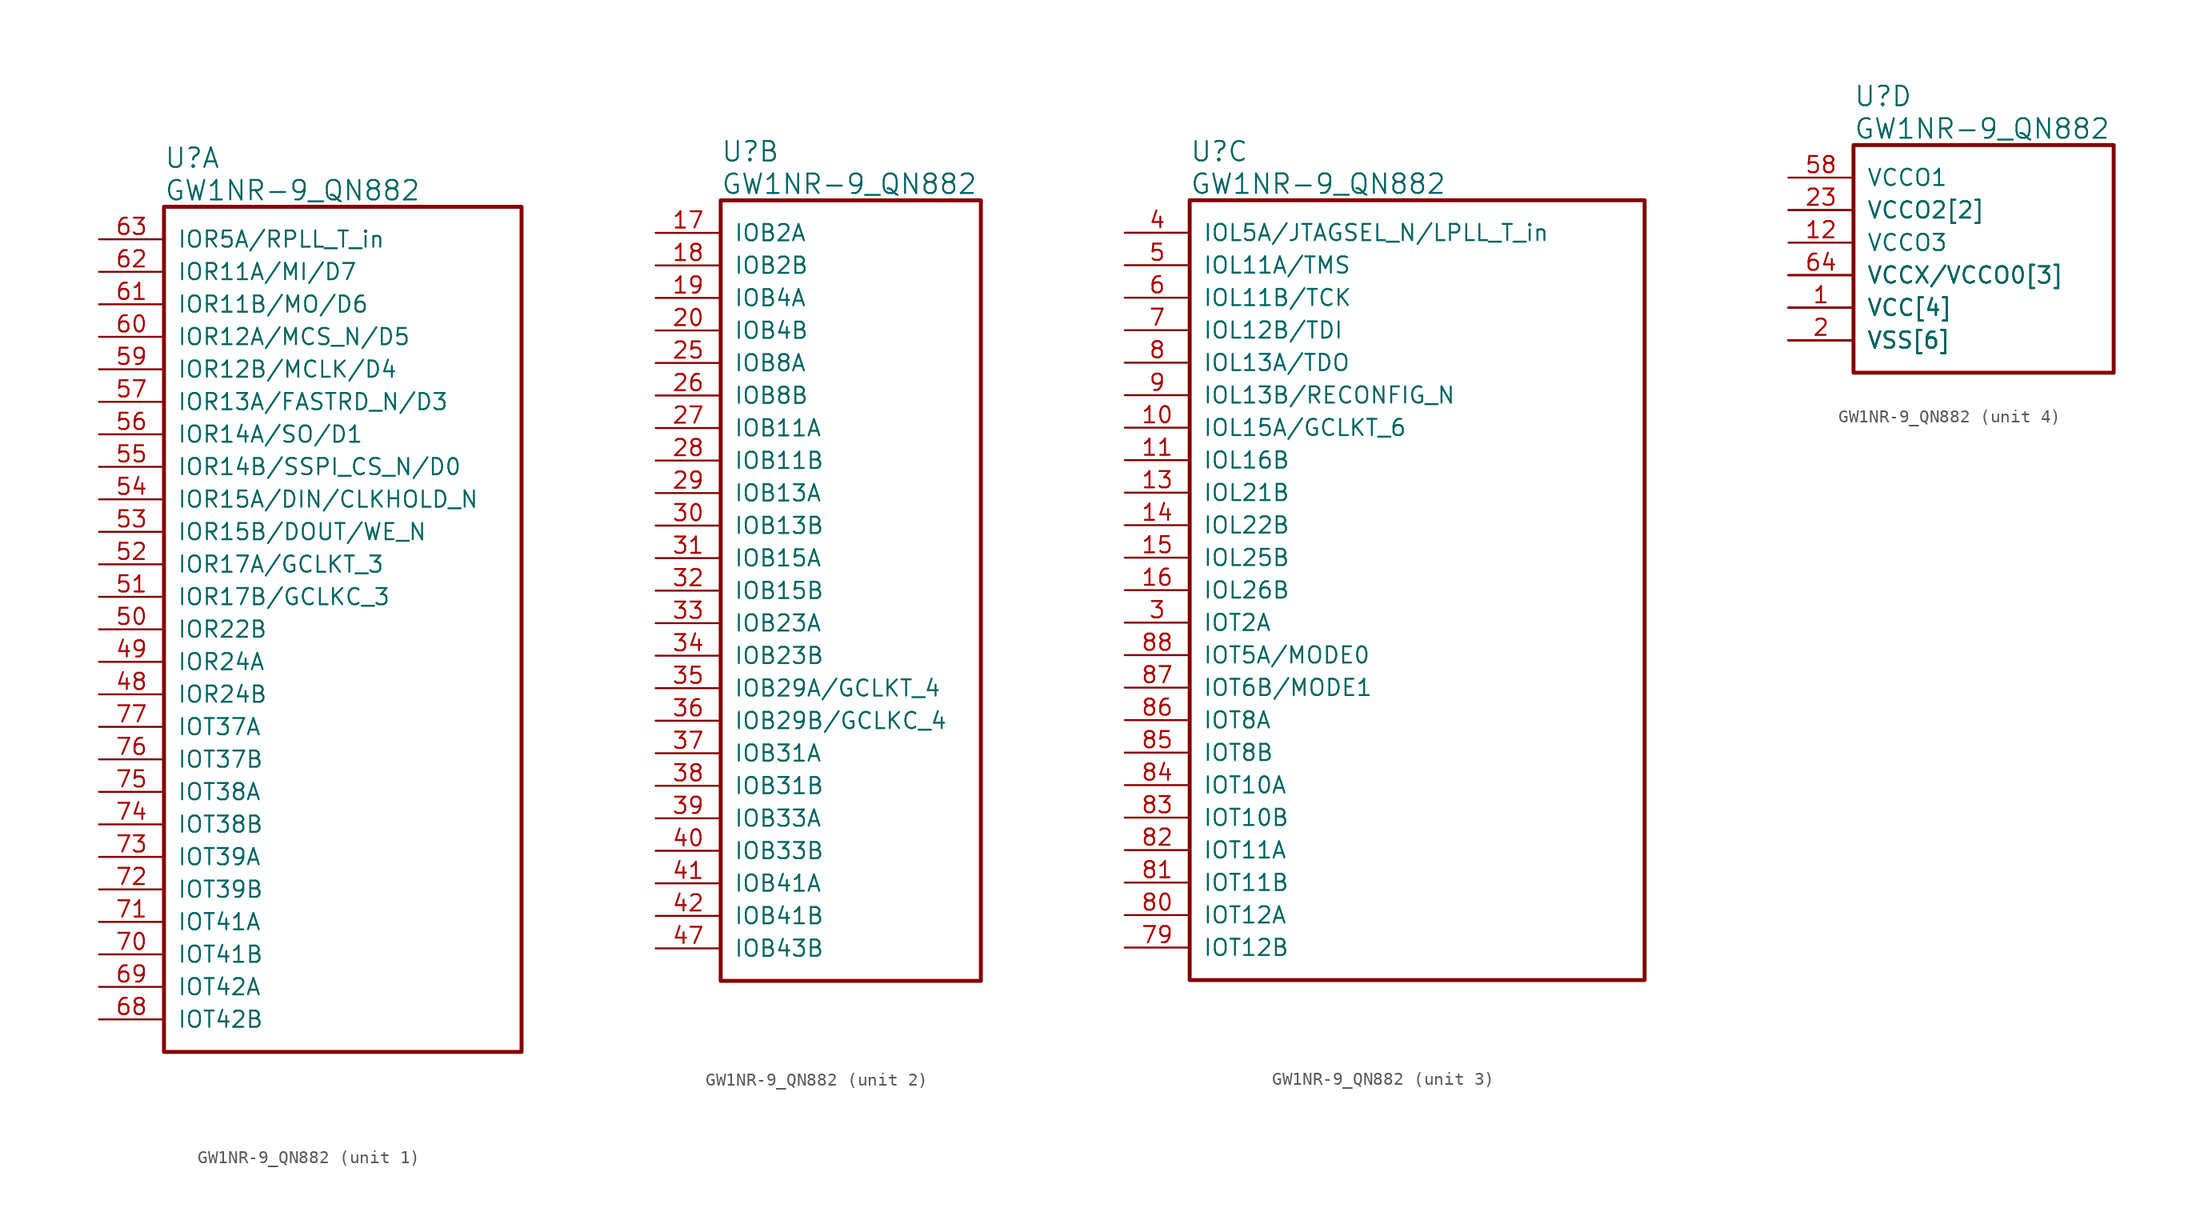
<source format=kicad_sym>
(kicad_symbol_lib
  (version 20220914)
  (generator kicad_symbol_editor)
  (symbol "GW1NR-9_QN882"
    (pin_names
      (offset 1.016))
    (property "Reference" "U"
      (at 5.08 6.35 0)
      (effects (font (size 1.524 1.524)) (justify left)))
    (property "Value" "GW1NR-9_QN882"
      (at 5.08 3.81 0)
      (effects (font (size 1.524 1.524)) (justify left)))
    (property "ki_locked" ""
      (at 0 0 0)
      (effects (font (size 1.27 1.27))))
    (symbol "GW1NR-9_QN882_1_1"
      (rectangle (start 5.08 2.54) (end 33.02 -63.5) (stroke (width 0.305) (type solid)) (fill (type none)))
      (pin bidirectional line (at 0 -35.56 0) (length 5.08) (name "IOR24B" (effects (font (size 1.27 1.27)))) (number "48" (effects (font (size 1.27 1.27)))))
      (pin bidirectional line (at 0 -33.02 0) (length 5.08) (name "IOR24A" (effects (font (size 1.27 1.27)))) (number "49" (effects (font (size 1.27 1.27)))))
      (pin bidirectional line (at 0 -30.48 0) (length 5.08) (name "IOR22B" (effects (font (size 1.27 1.27)))) (number "50" (effects (font (size 1.27 1.27)))))
      (pin bidirectional line (at 0 -27.94 0) (length 5.08) (name "IOR17B/GCLKC_3" (effects (font (size 1.27 1.27)))) (number "51" (effects (font (size 1.27 1.27)))))
      (pin bidirectional line (at 0 -25.4 0) (length 5.08) (name "IOR17A/GCLKT_3" (effects (font (size 1.27 1.27)))) (number "52" (effects (font (size 1.27 1.27)))))
      (pin bidirectional line (at 0 -22.86 0) (length 5.08) (name "IOR15B/DOUT/WE_N" (effects (font (size 1.27 1.27)))) (number "53" (effects (font (size 1.27 1.27)))))
      (pin bidirectional line (at 0 -20.32 0) (length 5.08) (name "IOR15A/DIN/CLKHOLD_N" (effects (font (size 1.27 1.27)))) (number "54" (effects (font (size 1.27 1.27)))))
      (pin bidirectional line (at 0 -17.78 0) (length 5.08) (name "IOR14B/SSPI_CS_N/D0" (effects (font (size 1.27 1.27)))) (number "55" (effects (font (size 1.27 1.27)))))
      (pin bidirectional line (at 0 -15.24 0) (length 5.08) (name "IOR14A/SO/D1" (effects (font (size 1.27 1.27)))) (number "56" (effects (font (size 1.27 1.27)))))
      (pin bidirectional line (at 0 -12.7 0) (length 5.08) (name "IOR13A/FASTRD_N/D3" (effects (font (size 1.27 1.27)))) (number "57" (effects (font (size 1.27 1.27)))))
      (pin bidirectional line (at 0 -10.16 0) (length 5.08) (name "IOR12B/MCLK/D4" (effects (font (size 1.27 1.27)))) (number "59" (effects (font (size 1.27 1.27)))))
      (pin bidirectional line (at 0 -7.62 0) (length 5.08) (name "IOR12A/MCS_N/D5" (effects (font (size 1.27 1.27)))) (number "60" (effects (font (size 1.27 1.27)))))
      (pin bidirectional line (at 0 -5.08 0) (length 5.08) (name "IOR11B/MO/D6" (effects (font (size 1.27 1.27)))) (number "61" (effects (font (size 1.27 1.27)))))
      (pin bidirectional line (at 0 -2.54 0) (length 5.08) (name "IOR11A/MI/D7" (effects (font (size 1.27 1.27)))) (number "62" (effects (font (size 1.27 1.27)))))
      (pin bidirectional line (at 0 0 0) (length 5.08) (name "IOR5A/RPLL_T_in" (effects (font (size 1.27 1.27)))) (number "63" (effects (font (size 1.27 1.27)))))
      (pin bidirectional line (at 0 -60.96 0) (length 5.08) (name "IOT42B" (effects (font (size 1.27 1.27)))) (number "68" (effects (font (size 1.27 1.27)))))
      (pin bidirectional line (at 0 -58.42 0) (length 5.08) (name "IOT42A" (effects (font (size 1.27 1.27)))) (number "69" (effects (font (size 1.27 1.27)))))
      (pin bidirectional line (at 0 -55.88 0) (length 5.08) (name "IOT41B" (effects (font (size 1.27 1.27)))) (number "70" (effects (font (size 1.27 1.27)))))
      (pin bidirectional line (at 0 -53.34 0) (length 5.08) (name "IOT41A" (effects (font (size 1.27 1.27)))) (number "71" (effects (font (size 1.27 1.27)))))
      (pin bidirectional line (at 0 -50.8 0) (length 5.08) (name "IOT39B" (effects (font (size 1.27 1.27)))) (number "72" (effects (font (size 1.27 1.27)))))
      (pin bidirectional line (at 0 -48.26 0) (length 5.08) (name "IOT39A" (effects (font (size 1.27 1.27)))) (number "73" (effects (font (size 1.27 1.27)))))
      (pin bidirectional line (at 0 -45.72 0) (length 5.08) (name "IOT38B" (effects (font (size 1.27 1.27)))) (number "74" (effects (font (size 1.27 1.27)))))
      (pin bidirectional line (at 0 -43.18 0) (length 5.08) (name "IOT38A" (effects (font (size 1.27 1.27)))) (number "75" (effects (font (size 1.27 1.27)))))
      (pin bidirectional line (at 0 -40.64 0) (length 5.08) (name "IOT37B" (effects (font (size 1.27 1.27)))) (number "76" (effects (font (size 1.27 1.27)))))
      (pin bidirectional line (at 0 -38.1 0) (length 5.08) (name "IOT37A" (effects (font (size 1.27 1.27)))) (number "77" (effects (font (size 1.27 1.27))))))
    (symbol "GW1NR-9_QN882_2_1"
      (rectangle (start 5.08 2.54) (end 25.4 -58.42) (stroke (width 0.305) (type solid)) (fill (type none)))
      (pin bidirectional line (at 0 0 0) (length 5.08) (name "IOB2A" (effects (font (size 1.27 1.27)))) (number "17" (effects (font (size 1.27 1.27)))))
      (pin bidirectional line (at 0 -2.54 0) (length 5.08) (name "IOB2B" (effects (font (size 1.27 1.27)))) (number "18" (effects (font (size 1.27 1.27)))))
      (pin bidirectional line (at 0 -5.08 0) (length 5.08) (name "IOB4A" (effects (font (size 1.27 1.27)))) (number "19" (effects (font (size 1.27 1.27)))))
      (pin bidirectional line (at 0 -7.62 0) (length 5.08) (name "IOB4B" (effects (font (size 1.27 1.27)))) (number "20" (effects (font (size 1.27 1.27)))))
      (pin bidirectional line (at 0 -10.16 0) (length 5.08) (name "IOB8A" (effects (font (size 1.27 1.27)))) (number "25" (effects (font (size 1.27 1.27)))))
      (pin bidirectional line (at 0 -12.7 0) (length 5.08) (name "IOB8B" (effects (font (size 1.27 1.27)))) (number "26" (effects (font (size 1.27 1.27)))))
      (pin bidirectional line (at 0 -15.24 0) (length 5.08) (name "IOB11A" (effects (font (size 1.27 1.27)))) (number "27" (effects (font (size 1.27 1.27)))))
      (pin bidirectional line (at 0 -17.78 0) (length 5.08) (name "IOB11B" (effects (font (size 1.27 1.27)))) (number "28" (effects (font (size 1.27 1.27)))))
      (pin bidirectional line (at 0 -20.32 0) (length 5.08) (name "IOB13A" (effects (font (size 1.27 1.27)))) (number "29" (effects (font (size 1.27 1.27)))))
      (pin bidirectional line (at 0 -22.86 0) (length 5.08) (name "IOB13B" (effects (font (size 1.27 1.27)))) (number "30" (effects (font (size 1.27 1.27)))))
      (pin bidirectional line (at 0 -25.4 0) (length 5.08) (name "IOB15A" (effects (font (size 1.27 1.27)))) (number "31" (effects (font (size 1.27 1.27)))))
      (pin bidirectional line (at 0 -27.94 0) (length 5.08) (name "IOB15B" (effects (font (size 1.27 1.27)))) (number "32" (effects (font (size 1.27 1.27)))))
      (pin bidirectional line (at 0 -30.48 0) (length 5.08) (name "IOB23A" (effects (font (size 1.27 1.27)))) (number "33" (effects (font (size 1.27 1.27)))))
      (pin bidirectional line (at 0 -33.02 0) (length 5.08) (name "IOB23B" (effects (font (size 1.27 1.27)))) (number "34" (effects (font (size 1.27 1.27)))))
      (pin bidirectional line (at 0 -35.56 0) (length 5.08) (name "IOB29A/GCLKT_4" (effects (font (size 1.27 1.27)))) (number "35" (effects (font (size 1.27 1.27)))))
      (pin bidirectional line (at 0 -38.1 0) (length 5.08) (name "IOB29B/GCLKC_4" (effects (font (size 1.27 1.27)))) (number "36" (effects (font (size 1.27 1.27)))))
      (pin bidirectional line (at 0 -40.64 0) (length 5.08) (name "IOB31A" (effects (font (size 1.27 1.27)))) (number "37" (effects (font (size 1.27 1.27)))))
      (pin bidirectional line (at 0 -43.18 0) (length 5.08) (name "IOB31B" (effects (font (size 1.27 1.27)))) (number "38" (effects (font (size 1.27 1.27)))))
      (pin bidirectional line (at 0 -45.72 0) (length 5.08) (name "IOB33A" (effects (font (size 1.27 1.27)))) (number "39" (effects (font (size 1.27 1.27)))))
      (pin bidirectional line (at 0 -48.26 0) (length 5.08) (name "IOB33B" (effects (font (size 1.27 1.27)))) (number "40" (effects (font (size 1.27 1.27)))))
      (pin bidirectional line (at 0 -50.8 0) (length 5.08) (name "IOB41A" (effects (font (size 1.27 1.27)))) (number "41" (effects (font (size 1.27 1.27)))))
      (pin bidirectional line (at 0 -53.34 0) (length 5.08) (name "IOB41B" (effects (font (size 1.27 1.27)))) (number "42" (effects (font (size 1.27 1.27)))))
      (pin bidirectional line (at 0 -55.88 0) (length 5.08) (name "IOB43B" (effects (font (size 1.27 1.27)))) (number "47" (effects (font (size 1.27 1.27))))))
    (symbol "GW1NR-9_QN882_3_1"
      (rectangle (start 5.08 2.54) (end 40.64 -58.42) (stroke (width 0.305) (type solid)) (fill (type none)))
      (pin bidirectional line (at 0 -15.24 0) (length 5.08) (name "IOL15A/GCLKT_6" (effects (font (size 1.27 1.27)))) (number "10" (effects (font (size 1.27 1.27)))))
      (pin bidirectional line (at 0 -17.78 0) (length 5.08) (name "IOL16B" (effects (font (size 1.27 1.27)))) (number "11" (effects (font (size 1.27 1.27)))))
      (pin bidirectional line (at 0 -20.32 0) (length 5.08) (name "IOL21B" (effects (font (size 1.27 1.27)))) (number "13" (effects (font (size 1.27 1.27)))))
      (pin bidirectional line (at 0 -22.86 0) (length 5.08) (name "IOL22B" (effects (font (size 1.27 1.27)))) (number "14" (effects (font (size 1.27 1.27)))))
      (pin bidirectional line (at 0 -25.4 0) (length 5.08) (name "IOL25B" (effects (font (size 1.27 1.27)))) (number "15" (effects (font (size 1.27 1.27)))))
      (pin bidirectional line (at 0 -27.94 0) (length 5.08) (name "IOL26B" (effects (font (size 1.27 1.27)))) (number "16" (effects (font (size 1.27 1.27)))))
      (pin bidirectional line (at 0 -30.48 0) (length 5.08) (name "IOT2A" (effects (font (size 1.27 1.27)))) (number "3" (effects (font (size 1.27 1.27)))))
      (pin bidirectional line (at 0 0 0) (length 5.08) (name "IOL5A/JTAGSEL_N/LPLL_T_in" (effects (font (size 1.27 1.27)))) (number "4" (effects (font (size 1.27 1.27)))))
      (pin bidirectional line (at 0 -2.54 0) (length 5.08) (name "IOL11A/TMS" (effects (font (size 1.27 1.27)))) (number "5" (effects (font (size 1.27 1.27)))))
      (pin bidirectional line (at 0 -5.08 0) (length 5.08) (name "IOL11B/TCK" (effects (font (size 1.27 1.27)))) (number "6" (effects (font (size 1.27 1.27)))))
      (pin bidirectional line (at 0 -7.62 0) (length 5.08) (name "IOL12B/TDI" (effects (font (size 1.27 1.27)))) (number "7" (effects (font (size 1.27 1.27)))))
      (pin bidirectional line (at 0 -55.88 0) (length 5.08) (name "IOT12B" (effects (font (size 1.27 1.27)))) (number "79" (effects (font (size 1.27 1.27)))))
      (pin bidirectional line (at 0 -10.16 0) (length 5.08) (name "IOL13A/TDO" (effects (font (size 1.27 1.27)))) (number "8" (effects (font (size 1.27 1.27)))))
      (pin bidirectional line (at 0 -53.34 0) (length 5.08) (name "IOT12A" (effects (font (size 1.27 1.27)))) (number "80" (effects (font (size 1.27 1.27)))))
      (pin bidirectional line (at 0 -50.8 0) (length 5.08) (name "IOT11B" (effects (font (size 1.27 1.27)))) (number "81" (effects (font (size 1.27 1.27)))))
      (pin bidirectional line (at 0 -48.26 0) (length 5.08) (name "IOT11A" (effects (font (size 1.27 1.27)))) (number "82" (effects (font (size 1.27 1.27)))))
      (pin bidirectional line (at 0 -45.72 0) (length 5.08) (name "IOT10B" (effects (font (size 1.27 1.27)))) (number "83" (effects (font (size 1.27 1.27)))))
      (pin bidirectional line (at 0 -43.18 0) (length 5.08) (name "IOT10A" (effects (font (size 1.27 1.27)))) (number "84" (effects (font (size 1.27 1.27)))))
      (pin bidirectional line (at 0 -40.64 0) (length 5.08) (name "IOT8B" (effects (font (size 1.27 1.27)))) (number "85" (effects (font (size 1.27 1.27)))))
      (pin bidirectional line (at 0 -38.1 0) (length 5.08) (name "IOT8A" (effects (font (size 1.27 1.27)))) (number "86" (effects (font (size 1.27 1.27)))))
      (pin bidirectional line (at 0 -35.56 0) (length 5.08) (name "IOT6B/MODE1" (effects (font (size 1.27 1.27)))) (number "87" (effects (font (size 1.27 1.27)))))
      (pin bidirectional line (at 0 -33.02 0) (length 5.08) (name "IOT5A/MODE0" (effects (font (size 1.27 1.27)))) (number "88" (effects (font (size 1.27 1.27)))))
      (pin bidirectional line (at 0 -12.7 0) (length 5.08) (name "IOL13B/RECONFIG_N" (effects (font (size 1.27 1.27)))) (number "9" (effects (font (size 1.27 1.27))))))
    (symbol "GW1NR-9_QN882_4_1"
      (rectangle (start 5.08 2.54) (end 25.4 -15.24) (stroke (width 0.305) (type solid)) (fill (type none)))
      (pin power_in line (at 0 -10.16 0) (length 5.08) (name "VCC[4]" (effects (font (size 1.27 1.27)))) (number "1" (effects (font (size 1.27 1.27)))))
      (pin power_in line (at 0 -5.08 0) (length 5.08) (name "VCCO3" (effects (font (size 1.27 1.27)))) (number "12" (effects (font (size 1.27 1.27)))))
      (pin power_in line (at 0 -12.7 0) (length 5.08) (name "VSS[6]" (effects (font (size 1.27 1.27)))) (number "2" (effects (font (size 1.27 1.27)))))
      (pin power_in line (at 0 -12.7 0) (length 5.08) (name "VSS[6]" (effects (font (size 1.27 1.27)))) (number "21" (effects (font (size 0 0)))))
      (pin power_in line (at 0 -10.16 0) (length 5.08) (name "VCC[4]" (effects (font (size 1.27 1.27)))) (number "22" (effects (font (size 0 0)))))
      (pin power_in line (at 0 -2.54 0) (length 5.08) (name "VCCO2[2]" (effects (font (size 1.27 1.27)))) (number "23" (effects (font (size 1.27 1.27)))))
      (pin power_in line (at 0 -12.7 0) (length 5.08) (name "VSS[6]" (effects (font (size 1.27 1.27)))) (number "24" (effects (font (size 0 0)))))
      (pin power_in line (at 0 -12.7 0) (length 5.08) (name "VSS[6]" (effects (font (size 1.27 1.27)))) (number "43" (effects (font (size 0 0)))))
      (pin power_in line (at 0 -2.54 0) (length 5.08) (name "VCCO2[2]" (effects (font (size 1.27 1.27)))) (number "44" (effects (font (size 0 0)))))
      (pin power_in line (at 0 -10.16 0) (length 5.08) (name "VCC[4]" (effects (font (size 1.27 1.27)))) (number "45" (effects (font (size 0 0)))))
      (pin power_in line (at 0 -12.7 0) (length 5.08) (name "VSS[6]" (effects (font (size 1.27 1.27)))) (number "46" (effects (font (size 0 0)))))
      (pin power_in line (at 0 0 0) (length 5.08) (name "VCCO1" (effects (font (size 1.27 1.27)))) (number "58" (effects (font (size 1.27 1.27)))))
      (pin power_in line (at 0 -7.62 0) (length 5.08) (name "VCCX/VCCO0[3]" (effects (font (size 1.27 1.27)))) (number "64" (effects (font (size 1.27 1.27)))))
      (pin power_in line (at 0 -12.7 0) (length 5.08) (name "VSS[6]" (effects (font (size 1.27 1.27)))) (number "65" (effects (font (size 0 0)))))
      (pin power_in line (at 0 -10.16 0) (length 5.08) (name "VCC[4]" (effects (font (size 1.27 1.27)))) (number "66" (effects (font (size 0 0)))))
      (pin power_in line (at 0 -7.62 0) (length 5.08) (name "VCCX/VCCO0[3]" (effects (font (size 1.27 1.27)))) (number "67" (effects (font (size 0 0)))))
      (pin power_in line (at 0 -7.62 0) (length 5.08) (name "VCCX/VCCO0[3]" (effects (font (size 1.27 1.27)))) (number "78" (effects (font (size 0 0))))))))
</source>
